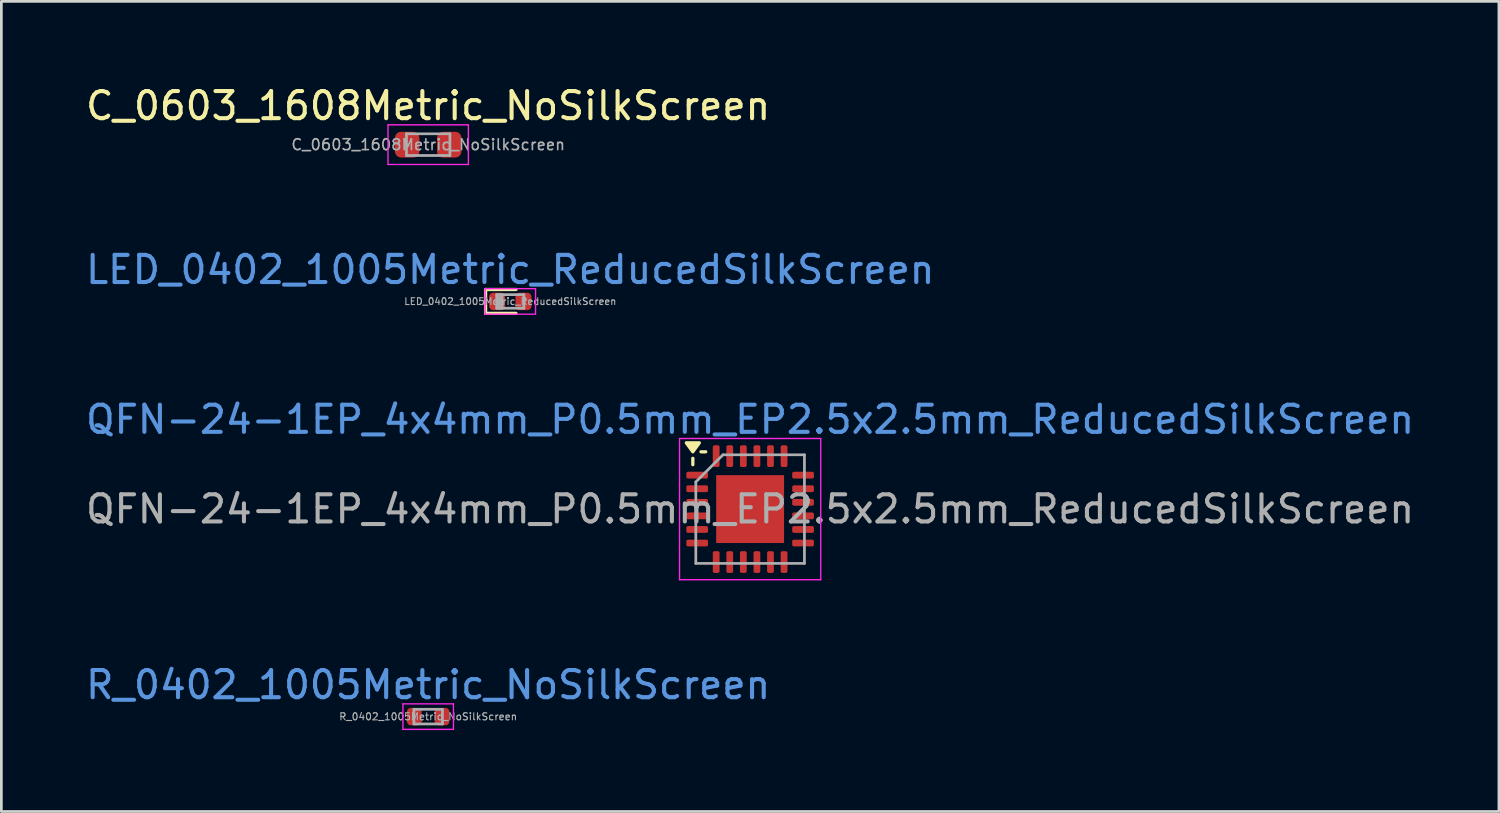
<source format=kicad_pcb>
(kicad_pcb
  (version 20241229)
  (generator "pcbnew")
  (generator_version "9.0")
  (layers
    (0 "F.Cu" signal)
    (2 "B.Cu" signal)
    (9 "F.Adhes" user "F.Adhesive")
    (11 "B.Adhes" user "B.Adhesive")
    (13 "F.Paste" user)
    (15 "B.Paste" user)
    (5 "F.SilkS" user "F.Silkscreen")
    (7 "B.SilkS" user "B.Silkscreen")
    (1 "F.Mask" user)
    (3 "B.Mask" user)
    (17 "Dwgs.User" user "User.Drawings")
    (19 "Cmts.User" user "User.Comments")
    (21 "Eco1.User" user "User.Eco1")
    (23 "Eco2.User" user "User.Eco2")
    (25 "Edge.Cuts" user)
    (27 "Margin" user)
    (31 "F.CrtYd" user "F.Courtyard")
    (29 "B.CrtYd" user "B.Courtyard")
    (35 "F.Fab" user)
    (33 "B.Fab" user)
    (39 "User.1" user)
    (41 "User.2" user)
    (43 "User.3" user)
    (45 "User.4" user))
  (footprint "QFN-24-1EP_4x4mm_P0.5mm_EP2.5x2.5mm_ReducedSilkScreen"
    (layer "F.Cu")
    (at 24.577 15.7)
    (property "Reference" "QFN-24-1EP_4x4mm_P0.5mm_EP2.5x2.5mm_ReducedSilkScreen" (at 0 -3.3 0) (layer "Cmts.User") (effects (font (size 1 1) (thickness 0.15))))
    (attr smd)
    (fp_line (start -2.11 -1.635) (end -2.11 -1.87) (stroke (width 0.12) (type solid)) (layer "F.SilkS"))
    (fp_line (start -1.635 -2.11) (end -1.81 -2.11) (stroke (width 0.12) (type solid)) (layer "F.SilkS"))
    (fp_poly (pts (xy -2.11 -2.11) (xy -2.35 -2.44) (xy -1.87 -2.44) (xy -2.11 -2.11)) (stroke (width 0.12) (type solid)) (fill yes) (layer "F.SilkS"))
    (fp_line (start -2.6 -2.6) (end -2.6 2.6) (stroke (width 0.05) (type solid)) (layer "F.CrtYd"))
    (fp_line (start -2.6 2.6) (end 2.6 2.6) (stroke (width 0.05) (type solid)) (layer "F.CrtYd"))
    (fp_line (start 2.6 -2.6) (end -2.6 -2.6) (stroke (width 0.05) (type solid)) (layer "F.CrtYd"))
    (fp_line (start 2.6 2.6) (end 2.6 -2.6) (stroke (width 0.05) (type solid)) (layer "F.CrtYd"))
    (fp_line (start -2 -1) (end -1 -2) (stroke (width 0.1) (type solid)) (layer "F.Fab"))
    (fp_line (start -2 2) (end -2 -1) (stroke (width 0.1) (type solid)) (layer "F.Fab"))
    (fp_line (start -1 -2) (end 2 -2) (stroke (width 0.1) (type solid)) (layer "F.Fab"))
    (fp_line (start 2 -2) (end 2 2) (stroke (width 0.1) (type solid)) (layer "F.Fab"))
    (fp_line (start 2 2) (end -2 2) (stroke (width 0.1) (type solid)) (layer "F.Fab"))
    (fp_text user "${REFERENCE}" (at 0 0 0) (layer "F.Fab") (effects (font (size 1 1) (thickness 0.15))))
    (pad "" smd roundrect (at -0.625 -0.625) (size 1.01 1.01) (layers "F.Paste") (roundrect_rratio 0.248))
    (pad "" smd roundrect (at -0.625 0.625) (size 1.01 1.01) (layers "F.Paste") (roundrect_rratio 0.248))
    (pad "" smd roundrect (at 0.625 -0.625) (size 1.01 1.01) (layers "F.Paste") (roundrect_rratio 0.248))
    (pad "" smd roundrect (at 0.625 0.625) (size 1.01 1.01) (layers "F.Paste") (roundrect_rratio 0.248))
    (pad "1" smd roundrect (at -1.95 -1.25) (size 0.8 0.25) (layers "F.Cu" "F.Mask" "F.Paste") (roundrect_rratio 0.25))
    (pad "2" smd roundrect (at -1.95 -0.75) (size 0.8 0.25) (layers "F.Cu" "F.Mask" "F.Paste") (roundrect_rratio 0.25))
    (pad "3" smd roundrect (at -1.95 -0.25) (size 0.8 0.25) (layers "F.Cu" "F.Mask" "F.Paste") (roundrect_rratio 0.25))
    (pad "4" smd roundrect (at -1.95 0.25) (size 0.8 0.25) (layers "F.Cu" "F.Mask" "F.Paste") (roundrect_rratio 0.25))
    (pad "5" smd roundrect (at -1.95 0.75) (size 0.8 0.25) (layers "F.Cu" "F.Mask" "F.Paste") (roundrect_rratio 0.25))
    (pad "6" smd roundrect (at -1.95 1.25) (size 0.8 0.25) (layers "F.Cu" "F.Mask" "F.Paste") (roundrect_rratio 0.25))
    (pad "7" smd roundrect (at -1.25 1.95) (size 0.25 0.8) (layers "F.Cu" "F.Mask" "F.Paste") (roundrect_rratio 0.25))
    (pad "8" smd roundrect (at -0.75 1.95) (size 0.25 0.8) (layers "F.Cu" "F.Mask" "F.Paste") (roundrect_rratio 0.25))
    (pad "9" smd roundrect (at -0.25 1.95) (size 0.25 0.8) (layers "F.Cu" "F.Mask" "F.Paste") (roundrect_rratio 0.25))
    (pad "10" smd roundrect (at 0.25 1.95) (size 0.25 0.8) (layers "F.Cu" "F.Mask" "F.Paste") (roundrect_rratio 0.25))
    (pad "11" smd roundrect (at 0.75 1.95) (size 0.25 0.8) (layers "F.Cu" "F.Mask" "F.Paste") (roundrect_rratio 0.25))
    (pad "12" smd roundrect (at 1.25 1.95) (size 0.25 0.8) (layers "F.Cu" "F.Mask" "F.Paste") (roundrect_rratio 0.25))
    (pad "13" smd roundrect (at 1.95 1.25) (size 0.8 0.25) (layers "F.Cu" "F.Mask" "F.Paste") (roundrect_rratio 0.25))
    (pad "14" smd roundrect (at 1.95 0.75) (size 0.8 0.25) (layers "F.Cu" "F.Mask" "F.Paste") (roundrect_rratio 0.25))
    (pad "15" smd roundrect (at 1.95 0.25) (size 0.8 0.25) (layers "F.Cu" "F.Mask" "F.Paste") (roundrect_rratio 0.25))
    (pad "16" smd roundrect (at 1.95 -0.25) (size 0.8 0.25) (layers "F.Cu" "F.Mask" "F.Paste") (roundrect_rratio 0.25))
    (pad "17" smd roundrect (at 1.95 -0.75) (size 0.8 0.25) (layers "F.Cu" "F.Mask" "F.Paste") (roundrect_rratio 0.25))
    (pad "18" smd roundrect (at 1.95 -1.25) (size 0.8 0.25) (layers "F.Cu" "F.Mask" "F.Paste") (roundrect_rratio 0.25))
    (pad "19" smd roundrect (at 1.25 -1.95) (size 0.25 0.8) (layers "F.Cu" "F.Mask" "F.Paste") (roundrect_rratio 0.25))
    (pad "20" smd roundrect (at 0.75 -1.95) (size 0.25 0.8) (layers "F.Cu" "F.Mask" "F.Paste") (roundrect_rratio 0.25))
    (pad "21" smd roundrect (at 0.25 -1.95) (size 0.25 0.8) (layers "F.Cu" "F.Mask" "F.Paste") (roundrect_rratio 0.25))
    (pad "22" smd roundrect (at -0.25 -1.95) (size 0.25 0.8) (layers "F.Cu" "F.Mask" "F.Paste") (roundrect_rratio 0.25))
    (pad "23" smd roundrect (at -0.75 -1.95) (size 0.25 0.8) (layers "F.Cu" "F.Mask" "F.Paste") (roundrect_rratio 0.25))
    (pad "24" smd roundrect (at -1.25 -1.95) (size 0.25 0.8) (layers "F.Cu" "F.Mask" "F.Paste") (roundrect_rratio 0.25))
    (pad "25" smd rect (at 0 0) (size 2.5 2.5) (property pad_prop_heatsink) (layers "F.Cu" "F.Mask")))
  (footprint "R_0402_1005Metric_NoSilkScreen"
    (layer "F.Cu")
    (at 12.72 23.343)
    (property "Reference" "R_0402_1005Metric_NoSilkScreen" (at 0 -1.17 180) (layer "Cmts.User") (effects (font (size 1 1) (thickness 0.15))))
    (attr smd)
    (fp_line (start -0.93 -0.47) (end 0.93 -0.47) (stroke (width 0.05) (type solid)) (layer "F.CrtYd"))
    (fp_line (start -0.93 0.47) (end -0.93 -0.47) (stroke (width 0.05) (type solid)) (layer "F.CrtYd"))
    (fp_line (start 0.93 -0.47) (end 0.93 0.47) (stroke (width 0.05) (type solid)) (layer "F.CrtYd"))
    (fp_line (start 0.93 0.47) (end -0.93 0.47) (stroke (width 0.05) (type solid)) (layer "F.CrtYd"))
    (fp_line (start -0.525 -0.27) (end 0.525 -0.27) (stroke (width 0.1) (type solid)) (layer "F.Fab"))
    (fp_line (start -0.525 0.27) (end -0.525 -0.27) (stroke (width 0.1) (type solid)) (layer "F.Fab"))
    (fp_line (start 0.525 -0.27) (end 0.525 0.27) (stroke (width 0.1) (type solid)) (layer "F.Fab"))
    (fp_line (start 0.525 0.27) (end -0.525 0.27) (stroke (width 0.1) (type solid)) (layer "F.Fab"))
    (fp_text user "${REFERENCE}" (at 0 0 180) (layer "F.Fab") (effects (font (size 0.26 0.26) (thickness 0.04))))
    (pad "1" smd roundrect (at -0.51 0) (size 0.54 0.64) (layers "F.Cu" "F.Mask" "F.Paste") (roundrect_rratio 0.25))
    (pad "2" smd roundrect (at 0.51 0) (size 0.54 0.64) (layers "F.Cu" "F.Mask" "F.Paste") (roundrect_rratio 0.25)))
  (footprint "LED_0402_1005Metric_ReducedSilkScreen"
    (layer "F.Cu")
    (at 15.744 8.052)
    (property "Reference" "LED_0402_1005Metric_ReducedSilkScreen" (at 0 -1.17 0) (layer "Cmts.User") (effects (font (size 1 1) (thickness 0.15))))
    (attr smd)
    (fp_line (start -0.91 -0.44) (end -0.91 0.44) (stroke (width 0.12) (type default)) (layer "F.SilkS"))
    (fp_line (start -0.91 -0.44) (end 0.21 -0.44) (stroke (width 0.12) (type default)) (layer "F.SilkS"))
    (fp_line (start -0.91 0.44) (end 0.21 0.44) (stroke (width 0.12) (type default)) (layer "F.SilkS"))
    (fp_line (start -0.93 -0.47) (end 0.93 -0.47) (stroke (width 0.05) (type solid)) (layer "F.CrtYd"))
    (fp_line (start -0.93 0.47) (end -0.93 -0.47) (stroke (width 0.05) (type solid)) (layer "F.CrtYd"))
    (fp_line (start 0.93 -0.47) (end 0.93 0.47) (stroke (width 0.05) (type solid)) (layer "F.CrtYd"))
    (fp_line (start 0.93 0.47) (end -0.93 0.47) (stroke (width 0.05) (type solid)) (layer "F.CrtYd"))
    (fp_line (start -0.5 -0.25) (end 0.5 -0.25) (stroke (width 0.1) (type solid)) (layer "F.Fab"))
    (fp_line (start -0.5 0.25) (end -0.5 -0.25) (stroke (width 0.1) (type solid)) (layer "F.Fab"))
    (fp_line (start -0.4 0.25) (end -0.4 -0.25) (stroke (width 0.1) (type solid)) (layer "F.Fab"))
    (fp_line (start -0.3 0.25) (end -0.3 -0.25) (stroke (width 0.1) (type solid)) (layer "F.Fab"))
    (fp_line (start 0.5 -0.25) (end 0.5 0.25) (stroke (width 0.1) (type solid)) (layer "F.Fab"))
    (fp_line (start 0.5 0.25) (end -0.5 0.25) (stroke (width 0.1) (type solid)) (layer "F.Fab"))
    (fp_text user "${REFERENCE}" (at 0 0 0) (layer "F.Fab") (effects (font (size 0.25 0.25) (thickness 0.04))))
    (pad "1" smd roundrect (at -0.485 0) (size 0.59 0.64) (layers "F.Cu" "F.Mask" "F.Paste") (roundrect_rratio 0.25))
    (pad "2" smd roundrect (at 0.485 0) (size 0.59 0.64) (layers "F.Cu" "F.Mask" "F.Paste") (roundrect_rratio 0.25)))
  (footprint "C_0603_1608Metric_NoSilkScreen"
    (layer "F.Cu")
    (at 12.72 2.278)
    (property "Reference" "C_0603_1608Metric_NoSilkScreen" (at 0 -1.43 180) (layer "F.SilkS") (effects (font (size 1 1) (thickness 0.15))))
    (attr smd)
    (fp_line (start -1.48 -0.73) (end 1.48 -0.73) (stroke (width 0.05) (type solid)) (layer "F.CrtYd"))
    (fp_line (start -1.48 0.73) (end -1.48 -0.73) (stroke (width 0.05) (type solid)) (layer "F.CrtYd"))
    (fp_line (start 1.48 -0.73) (end 1.48 0.73) (stroke (width 0.05) (type solid)) (layer "F.CrtYd"))
    (fp_line (start 1.48 0.73) (end -1.48 0.73) (stroke (width 0.05) (type solid)) (layer "F.CrtYd"))
    (fp_line (start -0.8 -0.4) (end 0.8 -0.4) (stroke (width 0.1) (type solid)) (layer "F.Fab"))
    (fp_line (start -0.8 0.4) (end -0.8 -0.4) (stroke (width 0.1) (type solid)) (layer "F.Fab"))
    (fp_line (start 0.8 -0.4) (end 0.8 0.4) (stroke (width 0.1) (type solid)) (layer "F.Fab"))
    (fp_line (start 0.8 0.4) (end -0.8 0.4) (stroke (width 0.1) (type solid)) (layer "F.Fab"))
    (fp_text user "${REFERENCE}" (at 0 0 180) (layer "F.Fab") (effects (font (size 0.4 0.4) (thickness 0.06))))
    (pad "1" smd roundrect (at -0.775 0) (size 0.9 0.95) (layers "F.Cu" "F.Mask" "F.Paste") (roundrect_rratio 0.25))
    (pad "2" smd roundrect (at 0.775 0) (size 0.9 0.95) (layers "F.Cu" "F.Mask" "F.Paste") (roundrect_rratio 0.25)))
  (gr_rect
    (start -3 -3)
    (end 52.155 26.838)
    (stroke (width 0.1) (type default))
    (fill no)
    (layer "Edge.Cuts")))
</source>
